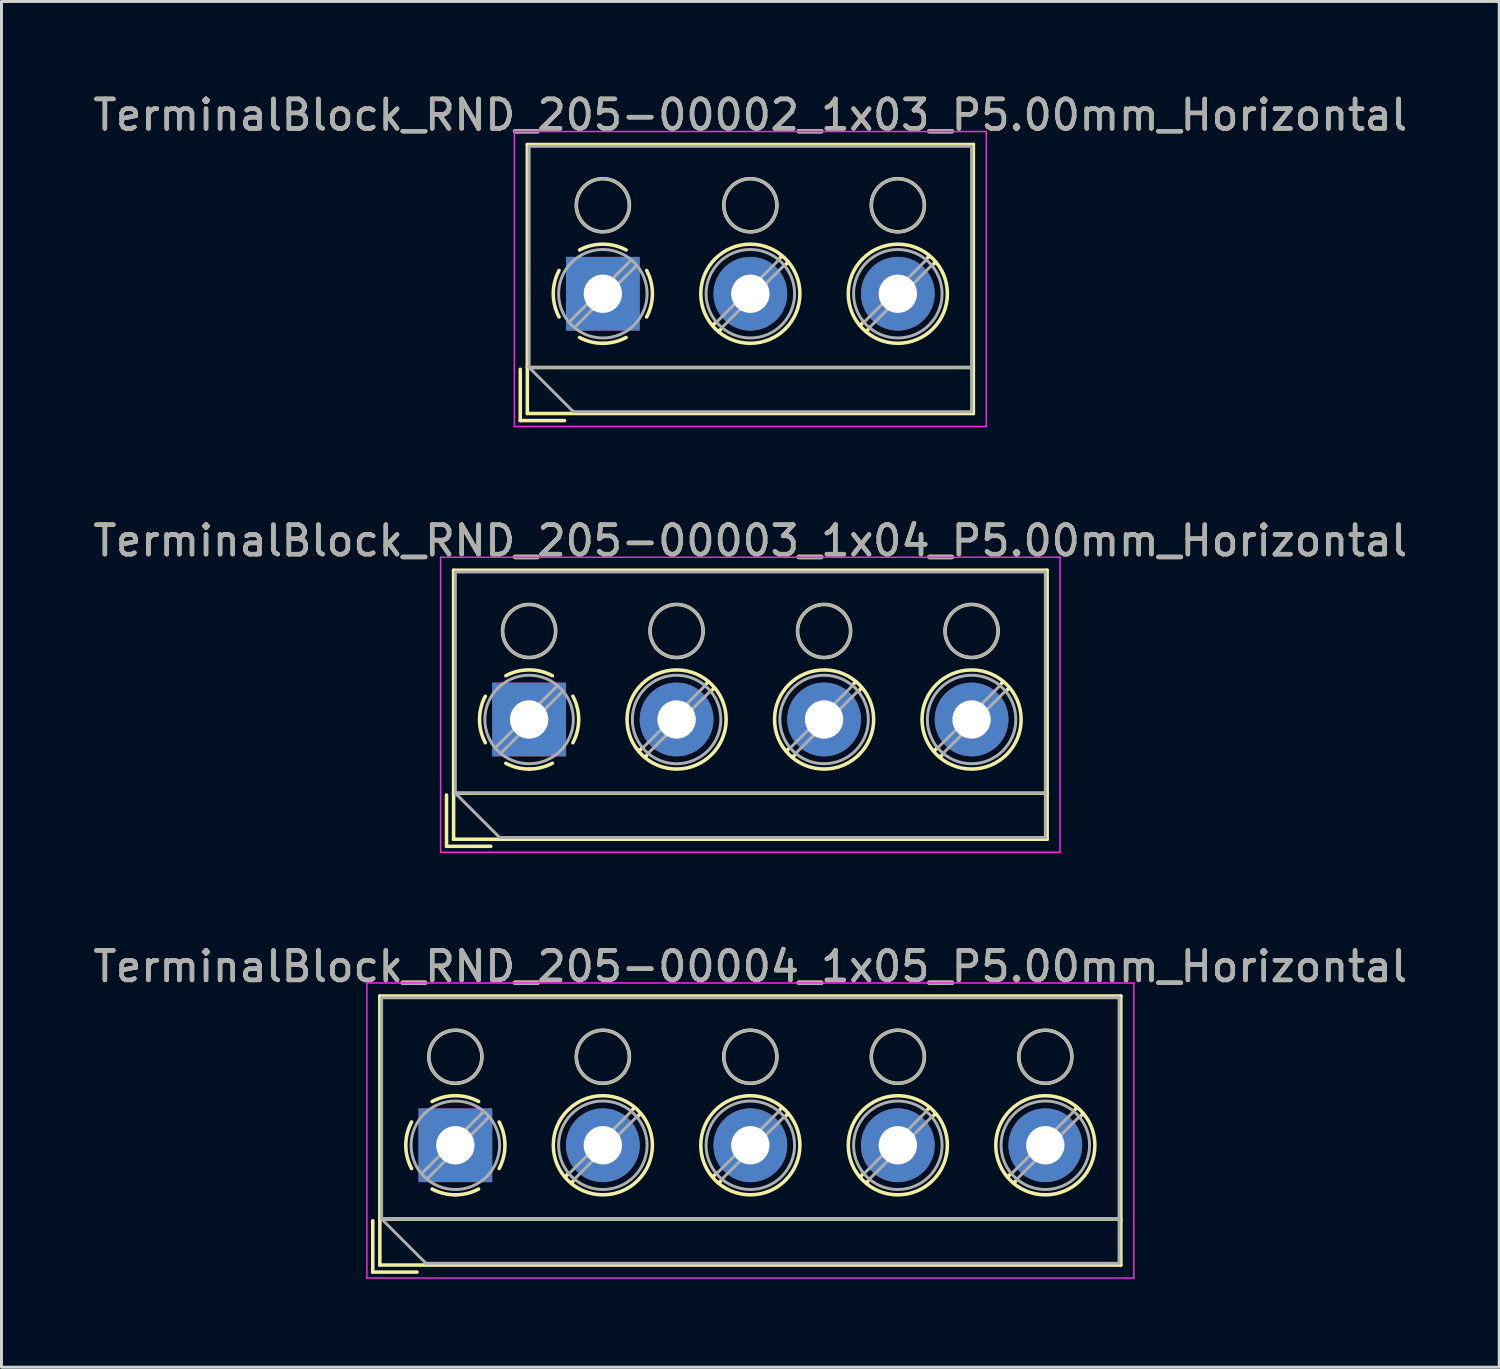
<source format=kicad_pcb>
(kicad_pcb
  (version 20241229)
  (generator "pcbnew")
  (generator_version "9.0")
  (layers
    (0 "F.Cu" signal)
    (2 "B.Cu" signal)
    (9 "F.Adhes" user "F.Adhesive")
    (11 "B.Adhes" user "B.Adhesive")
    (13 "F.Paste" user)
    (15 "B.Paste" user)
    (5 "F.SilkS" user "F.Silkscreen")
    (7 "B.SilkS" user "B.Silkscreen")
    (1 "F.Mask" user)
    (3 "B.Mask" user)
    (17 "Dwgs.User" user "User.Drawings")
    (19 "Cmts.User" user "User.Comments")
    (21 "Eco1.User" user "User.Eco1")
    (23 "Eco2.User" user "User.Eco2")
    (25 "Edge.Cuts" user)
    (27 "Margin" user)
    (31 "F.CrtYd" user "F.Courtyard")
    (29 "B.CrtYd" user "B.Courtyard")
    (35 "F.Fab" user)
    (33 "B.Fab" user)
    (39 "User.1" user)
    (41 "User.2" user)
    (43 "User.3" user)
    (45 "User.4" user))
  (footprint "TerminalBlock_RND_205-00003_1x04_P5.00mm_Horizontal"
    (layer "F.Cu")
    (at 14.887 21.341)
    (property "Reference" "TerminalBlock_RND_205-00003_1x04_P5.00mm_Horizontal" (at 7.5 -6.06 0) (layer "F.SilkS") (effects (font (size 1 1) (thickness 0.15))))
    (attr through_hole)
    (fp_line (start -2.8 2.56) (end -2.8 4.3) (stroke (width 0.12) (type solid)) (layer "F.SilkS"))
    (fp_line (start -2.8 4.3) (end -1.3 4.3) (stroke (width 0.12) (type solid)) (layer "F.SilkS"))
    (fp_line (start -2.56 -5.06) (end -2.56 4.06) (stroke (width 0.12) (type solid)) (layer "F.SilkS"))
    (fp_line (start -2.56 -5.06) (end 17.561 -5.06) (stroke (width 0.12) (type solid)) (layer "F.SilkS"))
    (fp_line (start -2.56 2.5) (end 17.561 2.5) (stroke (width 0.12) (type solid)) (layer "F.SilkS"))
    (fp_line (start -2.56 4.06) (end 17.561 4.06) (stroke (width 0.12) (type solid)) (layer "F.SilkS"))
    (fp_line (start 3.82 0.976) (end 3.726 1.069) (stroke (width 0.12) (type solid)) (layer "F.SilkS"))
    (fp_line (start 3.99 1.216) (end 3.931 1.274) (stroke (width 0.12) (type solid)) (layer "F.SilkS"))
    (fp_line (start 6.07 -1.275) (end 6.011 -1.216) (stroke (width 0.12) (type solid)) (layer "F.SilkS"))
    (fp_line (start 6.275 -1.069) (end 6.181 -0.976) (stroke (width 0.12) (type solid)) (layer "F.SilkS"))
    (fp_line (start 8.82 0.976) (end 8.726 1.069) (stroke (width 0.12) (type solid)) (layer "F.SilkS"))
    (fp_line (start 8.99 1.216) (end 8.931 1.274) (stroke (width 0.12) (type solid)) (layer "F.SilkS"))
    (fp_line (start 11.07 -1.275) (end 11.011 -1.216) (stroke (width 0.12) (type solid)) (layer "F.SilkS"))
    (fp_line (start 11.275 -1.069) (end 11.181 -0.976) (stroke (width 0.12) (type solid)) (layer "F.SilkS"))
    (fp_line (start 13.82 0.976) (end 13.726 1.069) (stroke (width 0.12) (type solid)) (layer "F.SilkS"))
    (fp_line (start 13.99 1.216) (end 13.931 1.274) (stroke (width 0.12) (type solid)) (layer "F.SilkS"))
    (fp_line (start 16.07 -1.275) (end 16.011 -1.216) (stroke (width 0.12) (type solid)) (layer "F.SilkS"))
    (fp_line (start 16.275 -1.069) (end 16.181 -0.976) (stroke (width 0.12) (type solid)) (layer "F.SilkS"))
    (fp_line (start 17.561 -5.06) (end 17.561 4.06) (stroke (width 0.12) (type solid)) (layer "F.SilkS"))
    (fp_arc (start -1.483953 0.789089) (mid -1.680708 0.00005) (end -1.484 -0.789) (stroke (width 0.12) (type solid)) (layer "F.SilkS"))
    (fp_arc (start -0.789089 -1.483953) (mid -0.00005 -1.680708) (end 0.789 -1.484) (stroke (width 0.12) (type solid)) (layer "F.SilkS"))
    (fp_arc (start 0.029383 1.68045) (mid -0.392304 1.634281) (end -0.789 1.484) (stroke (width 0.12) (type solid)) (layer "F.SilkS"))
    (fp_arc (start 0.788712 1.483352) (mid 0.406429 1.630097) (end 0 1.68) (stroke (width 0.12) (type solid)) (layer "F.SilkS"))
    (fp_arc (start 1.483953 -0.789089) (mid 1.680708 -0.00005) (end 1.484 0.789) (stroke (width 0.12) (type solid)) (layer "F.SilkS"))
    (fp_circle (center 0 -3) (end 0.9 -3) (stroke (width 0.12) (type solid)) (fill no) (layer "F.SilkS"))
    (fp_circle (center 5 -3) (end 5.9 -3) (stroke (width 0.12) (type solid)) (fill no) (layer "F.SilkS"))
    (fp_circle (center 5 0) (end 6.68 0) (stroke (width 0.12) (type solid)) (fill no) (layer "F.SilkS"))
    (fp_circle (center 10 -3) (end 10.9 -3) (stroke (width 0.12) (type solid)) (fill no) (layer "F.SilkS"))
    (fp_circle (center 10 0) (end 11.68 0) (stroke (width 0.12) (type solid)) (fill no) (layer "F.SilkS"))
    (fp_circle (center 15 -3) (end 15.9 -3) (stroke (width 0.12) (type solid)) (fill no) (layer "F.SilkS"))
    (fp_circle (center 15 0) (end 16.68 0) (stroke (width 0.12) (type solid)) (fill no) (layer "F.SilkS"))
    (fp_line (start -3 -5.5) (end -3 4.5) (stroke (width 0.05) (type solid)) (layer "F.CrtYd"))
    (fp_line (start -3 4.5) (end 18 4.5) (stroke (width 0.05) (type solid)) (layer "F.CrtYd"))
    (fp_line (start 18 -5.5) (end -3 -5.5) (stroke (width 0.05) (type solid)) (layer "F.CrtYd"))
    (fp_line (start 18 4.5) (end 18 -5.5) (stroke (width 0.05) (type solid)) (layer "F.CrtYd"))
    (fp_line (start -2.5 -5) (end 17.5 -5) (stroke (width 0.1) (type solid)) (layer "F.Fab"))
    (fp_line (start -2.5 2.5) (end -2.5 -5) (stroke (width 0.1) (type solid)) (layer "F.Fab"))
    (fp_line (start -2.5 2.5) (end 17.5 2.5) (stroke (width 0.1) (type solid)) (layer "F.Fab"))
    (fp_line (start -1 4) (end -2.5 2.5) (stroke (width 0.1) (type solid)) (layer "F.Fab"))
    (fp_line (start 0.955 -1.138) (end -1.138 0.955) (stroke (width 0.1) (type solid)) (layer "F.Fab"))
    (fp_line (start 1.138 -0.955) (end -0.955 1.138) (stroke (width 0.1) (type solid)) (layer "F.Fab"))
    (fp_line (start 5.955 -1.138) (end 3.863 0.955) (stroke (width 0.1) (type solid)) (layer "F.Fab"))
    (fp_line (start 6.138 -0.955) (end 4.046 1.138) (stroke (width 0.1) (type solid)) (layer "F.Fab"))
    (fp_line (start 10.955 -1.138) (end 8.863 0.955) (stroke (width 0.1) (type solid)) (layer "F.Fab"))
    (fp_line (start 11.138 -0.955) (end 9.046 1.138) (stroke (width 0.1) (type solid)) (layer "F.Fab"))
    (fp_line (start 15.955 -1.138) (end 13.863 0.955) (stroke (width 0.1) (type solid)) (layer "F.Fab"))
    (fp_line (start 16.138 -0.955) (end 14.046 1.138) (stroke (width 0.1) (type solid)) (layer "F.Fab"))
    (fp_line (start 17.5 -5) (end 17.5 4) (stroke (width 0.1) (type solid)) (layer "F.Fab"))
    (fp_line (start 17.5 4) (end -1 4) (stroke (width 0.1) (type solid)) (layer "F.Fab"))
    (fp_circle (center 0 -3) (end 0.9 -3) (stroke (width 0.1) (type solid)) (fill no) (layer "F.Fab"))
    (fp_circle (center 0 0) (end 1.5 0) (stroke (width 0.1) (type solid)) (fill no) (layer "F.Fab"))
    (fp_circle (center 5 -3) (end 5.9 -3) (stroke (width 0.1) (type solid)) (fill no) (layer "F.Fab"))
    (fp_circle (center 5 0) (end 6.5 0) (stroke (width 0.1) (type solid)) (fill no) (layer "F.Fab"))
    (fp_circle (center 10 -3) (end 10.9 -3) (stroke (width 0.1) (type solid)) (fill no) (layer "F.Fab"))
    (fp_circle (center 10 0) (end 11.5 0) (stroke (width 0.1) (type solid)) (fill no) (layer "F.Fab"))
    (fp_circle (center 15 -3) (end 15.9 -3) (stroke (width 0.1) (type solid)) (fill no) (layer "F.Fab"))
    (fp_circle (center 15 0) (end 16.5 0) (stroke (width 0.1) (type solid)) (fill no) (layer "F.Fab"))
    (fp_text user "${REFERENCE}" (at 7.5 -6.06 0) (layer "F.Fab") (effects (font (size 1 1) (thickness 0.15))))
    (pad "1" thru_hole rect (at 0 0) (size 2.5 2.5) (drill 1.3) (layers "*.Cu" "*.Mask"))
    (pad "2" thru_hole circle (at 5 0) (size 2.5 2.5) (drill 1.3) (layers "*.Cu" "*.Mask"))
    (pad "3" thru_hole circle (at 10 0) (size 2.5 2.5) (drill 1.3) (layers "*.Cu" "*.Mask"))
    (pad "4" thru_hole circle (at 15 0) (size 2.5 2.5) (drill 1.3) (layers "*.Cu" "*.Mask")))
  (footprint "TerminalBlock_RND_205-00004_1x05_P5.00mm_Horizontal"
    (layer "F.Cu")
    (at 12.387 35.775)
    (property "Reference" "TerminalBlock_RND_205-00004_1x05_P5.00mm_Horizontal" (at 10 -6.06 0) (layer "F.SilkS") (effects (font (size 1 1) (thickness 0.15))))
    (attr through_hole)
    (fp_line (start -2.8 2.56) (end -2.8 4.3) (stroke (width 0.12) (type solid)) (layer "F.SilkS"))
    (fp_line (start -2.8 4.3) (end -1.3 4.3) (stroke (width 0.12) (type solid)) (layer "F.SilkS"))
    (fp_line (start -2.56 -5.06) (end -2.56 4.06) (stroke (width 0.12) (type solid)) (layer "F.SilkS"))
    (fp_line (start -2.56 -5.06) (end 22.56 -5.06) (stroke (width 0.12) (type solid)) (layer "F.SilkS"))
    (fp_line (start -2.56 2.5) (end 22.56 2.5) (stroke (width 0.12) (type solid)) (layer "F.SilkS"))
    (fp_line (start -2.56 4.06) (end 22.56 4.06) (stroke (width 0.12) (type solid)) (layer "F.SilkS"))
    (fp_line (start 3.82 0.976) (end 3.726 1.069) (stroke (width 0.12) (type solid)) (layer "F.SilkS"))
    (fp_line (start 3.99 1.216) (end 3.931 1.274) (stroke (width 0.12) (type solid)) (layer "F.SilkS"))
    (fp_line (start 6.07 -1.275) (end 6.011 -1.216) (stroke (width 0.12) (type solid)) (layer "F.SilkS"))
    (fp_line (start 6.275 -1.069) (end 6.181 -0.976) (stroke (width 0.12) (type solid)) (layer "F.SilkS"))
    (fp_line (start 8.82 0.976) (end 8.726 1.069) (stroke (width 0.12) (type solid)) (layer "F.SilkS"))
    (fp_line (start 8.99 1.216) (end 8.931 1.274) (stroke (width 0.12) (type solid)) (layer "F.SilkS"))
    (fp_line (start 11.07 -1.275) (end 11.011 -1.216) (stroke (width 0.12) (type solid)) (layer "F.SilkS"))
    (fp_line (start 11.275 -1.069) (end 11.181 -0.976) (stroke (width 0.12) (type solid)) (layer "F.SilkS"))
    (fp_line (start 13.82 0.976) (end 13.726 1.069) (stroke (width 0.12) (type solid)) (layer "F.SilkS"))
    (fp_line (start 13.99 1.216) (end 13.931 1.274) (stroke (width 0.12) (type solid)) (layer "F.SilkS"))
    (fp_line (start 16.07 -1.275) (end 16.011 -1.216) (stroke (width 0.12) (type solid)) (layer "F.SilkS"))
    (fp_line (start 16.275 -1.069) (end 16.181 -0.976) (stroke (width 0.12) (type solid)) (layer "F.SilkS"))
    (fp_line (start 18.82 0.976) (end 18.726 1.069) (stroke (width 0.12) (type solid)) (layer "F.SilkS"))
    (fp_line (start 18.99 1.216) (end 18.931 1.274) (stroke (width 0.12) (type solid)) (layer "F.SilkS"))
    (fp_line (start 21.07 -1.275) (end 21.011 -1.216) (stroke (width 0.12) (type solid)) (layer "F.SilkS"))
    (fp_line (start 21.275 -1.069) (end 21.181 -0.976) (stroke (width 0.12) (type solid)) (layer "F.SilkS"))
    (fp_line (start 22.56 -5.06) (end 22.56 4.06) (stroke (width 0.12) (type solid)) (layer "F.SilkS"))
    (fp_arc (start -1.483953 0.789089) (mid -1.680708 0.00005) (end -1.484 -0.789) (stroke (width 0.12) (type solid)) (layer "F.SilkS"))
    (fp_arc (start -0.789089 -1.483953) (mid -0.00005 -1.680708) (end 0.789 -1.484) (stroke (width 0.12) (type solid)) (layer "F.SilkS"))
    (fp_arc (start 0.029383 1.68045) (mid -0.392304 1.634281) (end -0.789 1.484) (stroke (width 0.12) (type solid)) (layer "F.SilkS"))
    (fp_arc (start 0.788712 1.483352) (mid 0.406429 1.630097) (end 0 1.68) (stroke (width 0.12) (type solid)) (layer "F.SilkS"))
    (fp_arc (start 1.483953 -0.789089) (mid 1.680708 -0.00005) (end 1.484 0.789) (stroke (width 0.12) (type solid)) (layer "F.SilkS"))
    (fp_circle (center 0 -3) (end 0.9 -3) (stroke (width 0.12) (type solid)) (fill no) (layer "F.SilkS"))
    (fp_circle (center 5 -3) (end 5.9 -3) (stroke (width 0.12) (type solid)) (fill no) (layer "F.SilkS"))
    (fp_circle (center 5 0) (end 6.68 0) (stroke (width 0.12) (type solid)) (fill no) (layer "F.SilkS"))
    (fp_circle (center 10 -3) (end 10.9 -3) (stroke (width 0.12) (type solid)) (fill no) (layer "F.SilkS"))
    (fp_circle (center 10 0) (end 11.68 0) (stroke (width 0.12) (type solid)) (fill no) (layer "F.SilkS"))
    (fp_circle (center 15 -3) (end 15.9 -3) (stroke (width 0.12) (type solid)) (fill no) (layer "F.SilkS"))
    (fp_circle (center 15 0) (end 16.68 0) (stroke (width 0.12) (type solid)) (fill no) (layer "F.SilkS"))
    (fp_circle (center 20 -3) (end 20.9 -3) (stroke (width 0.12) (type solid)) (fill no) (layer "F.SilkS"))
    (fp_circle (center 20 0) (end 21.68 0) (stroke (width 0.12) (type solid)) (fill no) (layer "F.SilkS"))
    (fp_line (start -3 -5.5) (end -3 4.5) (stroke (width 0.05) (type solid)) (layer "F.CrtYd"))
    (fp_line (start -3 4.5) (end 23 4.5) (stroke (width 0.05) (type solid)) (layer "F.CrtYd"))
    (fp_line (start 23 -5.5) (end -3 -5.5) (stroke (width 0.05) (type solid)) (layer "F.CrtYd"))
    (fp_line (start 23 4.5) (end 23 -5.5) (stroke (width 0.05) (type solid)) (layer "F.CrtYd"))
    (fp_line (start -2.5 -5) (end 22.5 -5) (stroke (width 0.1) (type solid)) (layer "F.Fab"))
    (fp_line (start -2.5 2.5) (end -2.5 -5) (stroke (width 0.1) (type solid)) (layer "F.Fab"))
    (fp_line (start -2.5 2.5) (end 22.5 2.5) (stroke (width 0.1) (type solid)) (layer "F.Fab"))
    (fp_line (start -1 4) (end -2.5 2.5) (stroke (width 0.1) (type solid)) (layer "F.Fab"))
    (fp_line (start 0.955 -1.138) (end -1.138 0.955) (stroke (width 0.1) (type solid)) (layer "F.Fab"))
    (fp_line (start 1.138 -0.955) (end -0.955 1.138) (stroke (width 0.1) (type solid)) (layer "F.Fab"))
    (fp_line (start 5.955 -1.138) (end 3.863 0.955) (stroke (width 0.1) (type solid)) (layer "F.Fab"))
    (fp_line (start 6.138 -0.955) (end 4.046 1.138) (stroke (width 0.1) (type solid)) (layer "F.Fab"))
    (fp_line (start 10.955 -1.138) (end 8.863 0.955) (stroke (width 0.1) (type solid)) (layer "F.Fab"))
    (fp_line (start 11.138 -0.955) (end 9.046 1.138) (stroke (width 0.1) (type solid)) (layer "F.Fab"))
    (fp_line (start 15.955 -1.138) (end 13.863 0.955) (stroke (width 0.1) (type solid)) (layer "F.Fab"))
    (fp_line (start 16.138 -0.955) (end 14.046 1.138) (stroke (width 0.1) (type solid)) (layer "F.Fab"))
    (fp_line (start 20.955 -1.138) (end 18.863 0.955) (stroke (width 0.1) (type solid)) (layer "F.Fab"))
    (fp_line (start 21.138 -0.955) (end 19.046 1.138) (stroke (width 0.1) (type solid)) (layer "F.Fab"))
    (fp_line (start 22.5 -5) (end 22.5 4) (stroke (width 0.1) (type solid)) (layer "F.Fab"))
    (fp_line (start 22.5 4) (end -1 4) (stroke (width 0.1) (type solid)) (layer "F.Fab"))
    (fp_circle (center 0 -3) (end 0.9 -3) (stroke (width 0.1) (type solid)) (fill no) (layer "F.Fab"))
    (fp_circle (center 0 0) (end 1.5 0) (stroke (width 0.1) (type solid)) (fill no) (layer "F.Fab"))
    (fp_circle (center 5 -3) (end 5.9 -3) (stroke (width 0.1) (type solid)) (fill no) (layer "F.Fab"))
    (fp_circle (center 5 0) (end 6.5 0) (stroke (width 0.1) (type solid)) (fill no) (layer "F.Fab"))
    (fp_circle (center 10 -3) (end 10.9 -3) (stroke (width 0.1) (type solid)) (fill no) (layer "F.Fab"))
    (fp_circle (center 10 0) (end 11.5 0) (stroke (width 0.1) (type solid)) (fill no) (layer "F.Fab"))
    (fp_circle (center 15 -3) (end 15.9 -3) (stroke (width 0.1) (type solid)) (fill no) (layer "F.Fab"))
    (fp_circle (center 15 0) (end 16.5 0) (stroke (width 0.1) (type solid)) (fill no) (layer "F.Fab"))
    (fp_circle (center 20 -3) (end 20.9 -3) (stroke (width 0.1) (type solid)) (fill no) (layer "F.Fab"))
    (fp_circle (center 20 0) (end 21.5 0) (stroke (width 0.1) (type solid)) (fill no) (layer "F.Fab"))
    (fp_text user "${REFERENCE}" (at 10 -6.06 0) (layer "F.Fab") (effects (font (size 1 1) (thickness 0.15))))
    (pad "1" thru_hole rect (at 0 0) (size 2.5 2.5) (drill 1.3) (layers "*.Cu" "*.Mask"))
    (pad "2" thru_hole circle (at 5 0) (size 2.5 2.5) (drill 1.3) (layers "*.Cu" "*.Mask"))
    (pad "3" thru_hole circle (at 10 0) (size 2.5 2.5) (drill 1.3) (layers "*.Cu" "*.Mask"))
    (pad "4" thru_hole circle (at 15 0) (size 2.5 2.5) (drill 1.3) (layers "*.Cu" "*.Mask"))
    (pad "5" thru_hole circle (at 20 0) (size 2.5 2.5) (drill 1.3) (layers "*.Cu" "*.Mask")))
  (footprint "TerminalBlock_RND_205-00002_1x03_P5.00mm_Horizontal"
    (layer "F.Cu")
    (at 17.387 6.908)
    (property "Reference" "TerminalBlock_RND_205-00002_1x03_P5.00mm_Horizontal" (at 5 -6.06 0) (layer "F.SilkS") (effects (font (size 1 1) (thickness 0.15))))
    (attr through_hole)
    (fp_line (start -2.8 2.56) (end -2.8 4.3) (stroke (width 0.12) (type solid)) (layer "F.SilkS"))
    (fp_line (start -2.8 4.3) (end -1.3 4.3) (stroke (width 0.12) (type solid)) (layer "F.SilkS"))
    (fp_line (start -2.56 -5.06) (end -2.56 4.06) (stroke (width 0.12) (type solid)) (layer "F.SilkS"))
    (fp_line (start -2.56 -5.06) (end 12.56 -5.06) (stroke (width 0.12) (type solid)) (layer "F.SilkS"))
    (fp_line (start -2.56 2.5) (end 12.56 2.5) (stroke (width 0.12) (type solid)) (layer "F.SilkS"))
    (fp_line (start -2.56 4.06) (end 12.56 4.06) (stroke (width 0.12) (type solid)) (layer "F.SilkS"))
    (fp_line (start 3.82 0.976) (end 3.726 1.069) (stroke (width 0.12) (type solid)) (layer "F.SilkS"))
    (fp_line (start 3.99 1.216) (end 3.931 1.274) (stroke (width 0.12) (type solid)) (layer "F.SilkS"))
    (fp_line (start 6.07 -1.275) (end 6.011 -1.216) (stroke (width 0.12) (type solid)) (layer "F.SilkS"))
    (fp_line (start 6.275 -1.069) (end 6.181 -0.976) (stroke (width 0.12) (type solid)) (layer "F.SilkS"))
    (fp_line (start 8.82 0.976) (end 8.726 1.069) (stroke (width 0.12) (type solid)) (layer "F.SilkS"))
    (fp_line (start 8.99 1.216) (end 8.931 1.274) (stroke (width 0.12) (type solid)) (layer "F.SilkS"))
    (fp_line (start 11.07 -1.275) (end 11.011 -1.216) (stroke (width 0.12) (type solid)) (layer "F.SilkS"))
    (fp_line (start 11.275 -1.069) (end 11.181 -0.976) (stroke (width 0.12) (type solid)) (layer "F.SilkS"))
    (fp_line (start 12.56 -5.06) (end 12.56 4.06) (stroke (width 0.12) (type solid)) (layer "F.SilkS"))
    (fp_arc (start -1.483953 0.789089) (mid -1.680708 0.00005) (end -1.484 -0.789) (stroke (width 0.12) (type solid)) (layer "F.SilkS"))
    (fp_arc (start -0.789089 -1.483953) (mid -0.00005 -1.680708) (end 0.789 -1.484) (stroke (width 0.12) (type solid)) (layer "F.SilkS"))
    (fp_arc (start 0.029383 1.68045) (mid -0.392304 1.634281) (end -0.789 1.484) (stroke (width 0.12) (type solid)) (layer "F.SilkS"))
    (fp_arc (start 0.788712 1.483352) (mid 0.406429 1.630097) (end 0 1.68) (stroke (width 0.12) (type solid)) (layer "F.SilkS"))
    (fp_arc (start 1.483953 -0.789089) (mid 1.680708 -0.00005) (end 1.484 0.789) (stroke (width 0.12) (type solid)) (layer "F.SilkS"))
    (fp_circle (center 0 -3) (end 0.9 -3) (stroke (width 0.12) (type solid)) (fill no) (layer "F.SilkS"))
    (fp_circle (center 5 -3) (end 5.9 -3) (stroke (width 0.12) (type solid)) (fill no) (layer "F.SilkS"))
    (fp_circle (center 5 0) (end 6.68 0) (stroke (width 0.12) (type solid)) (fill no) (layer "F.SilkS"))
    (fp_circle (center 10 -3) (end 10.9 -3) (stroke (width 0.12) (type solid)) (fill no) (layer "F.SilkS"))
    (fp_circle (center 10 0) (end 11.68 0) (stroke (width 0.12) (type solid)) (fill no) (layer "F.SilkS"))
    (fp_line (start -3 -5.5) (end -3 4.5) (stroke (width 0.05) (type solid)) (layer "F.CrtYd"))
    (fp_line (start -3 4.5) (end 13 4.5) (stroke (width 0.05) (type solid)) (layer "F.CrtYd"))
    (fp_line (start 13 -5.5) (end -3 -5.5) (stroke (width 0.05) (type solid)) (layer "F.CrtYd"))
    (fp_line (start 13 4.5) (end 13 -5.5) (stroke (width 0.05) (type solid)) (layer "F.CrtYd"))
    (fp_line (start -2.5 -5) (end 12.5 -5) (stroke (width 0.1) (type solid)) (layer "F.Fab"))
    (fp_line (start -2.5 2.5) (end -2.5 -5) (stroke (width 0.1) (type solid)) (layer "F.Fab"))
    (fp_line (start -2.5 2.5) (end 12.5 2.5) (stroke (width 0.1) (type solid)) (layer "F.Fab"))
    (fp_line (start -1 4) (end -2.5 2.5) (stroke (width 0.1) (type solid)) (layer "F.Fab"))
    (fp_line (start 0.955 -1.138) (end -1.138 0.955) (stroke (width 0.1) (type solid)) (layer "F.Fab"))
    (fp_line (start 1.138 -0.955) (end -0.955 1.138) (stroke (width 0.1) (type solid)) (layer "F.Fab"))
    (fp_line (start 5.955 -1.138) (end 3.863 0.955) (stroke (width 0.1) (type solid)) (layer "F.Fab"))
    (fp_line (start 6.138 -0.955) (end 4.046 1.138) (stroke (width 0.1) (type solid)) (layer "F.Fab"))
    (fp_line (start 10.955 -1.138) (end 8.863 0.955) (stroke (width 0.1) (type solid)) (layer "F.Fab"))
    (fp_line (start 11.138 -0.955) (end 9.046 1.138) (stroke (width 0.1) (type solid)) (layer "F.Fab"))
    (fp_line (start 12.5 -5) (end 12.5 4) (stroke (width 0.1) (type solid)) (layer "F.Fab"))
    (fp_line (start 12.5 4) (end -1 4) (stroke (width 0.1) (type solid)) (layer "F.Fab"))
    (fp_circle (center 0 -3) (end 0.9 -3) (stroke (width 0.1) (type solid)) (fill no) (layer "F.Fab"))
    (fp_circle (center 0 0) (end 1.5 0) (stroke (width 0.1) (type solid)) (fill no) (layer "F.Fab"))
    (fp_circle (center 5 -3) (end 5.9 -3) (stroke (width 0.1) (type solid)) (fill no) (layer "F.Fab"))
    (fp_circle (center 5 0) (end 6.5 0) (stroke (width 0.1) (type solid)) (fill no) (layer "F.Fab"))
    (fp_circle (center 10 -3) (end 10.9 -3) (stroke (width 0.1) (type solid)) (fill no) (layer "F.Fab"))
    (fp_circle (center 10 0) (end 11.5 0) (stroke (width 0.1) (type solid)) (fill no) (layer "F.Fab"))
    (fp_text user "${REFERENCE}" (at 5 -6.06 0) (layer "F.Fab") (effects (font (size 1 1) (thickness 0.15))))
    (pad "1" thru_hole rect (at 0 0) (size 2.5 2.5) (drill 1.3) (layers "*.Cu" "*.Mask"))
    (pad "2" thru_hole circle (at 5 0) (size 2.5 2.5) (drill 1.3) (layers "*.Cu" "*.Mask"))
    (pad "3" thru_hole circle (at 10 0) (size 2.5 2.5) (drill 1.3) (layers "*.Cu" "*.Mask")))
  (gr_rect
    (start -3 -3)
    (end 47.774 43.3)
    (stroke (width 0.1) (type default))
    (fill no)
    (layer "Edge.Cuts")))
</source>
